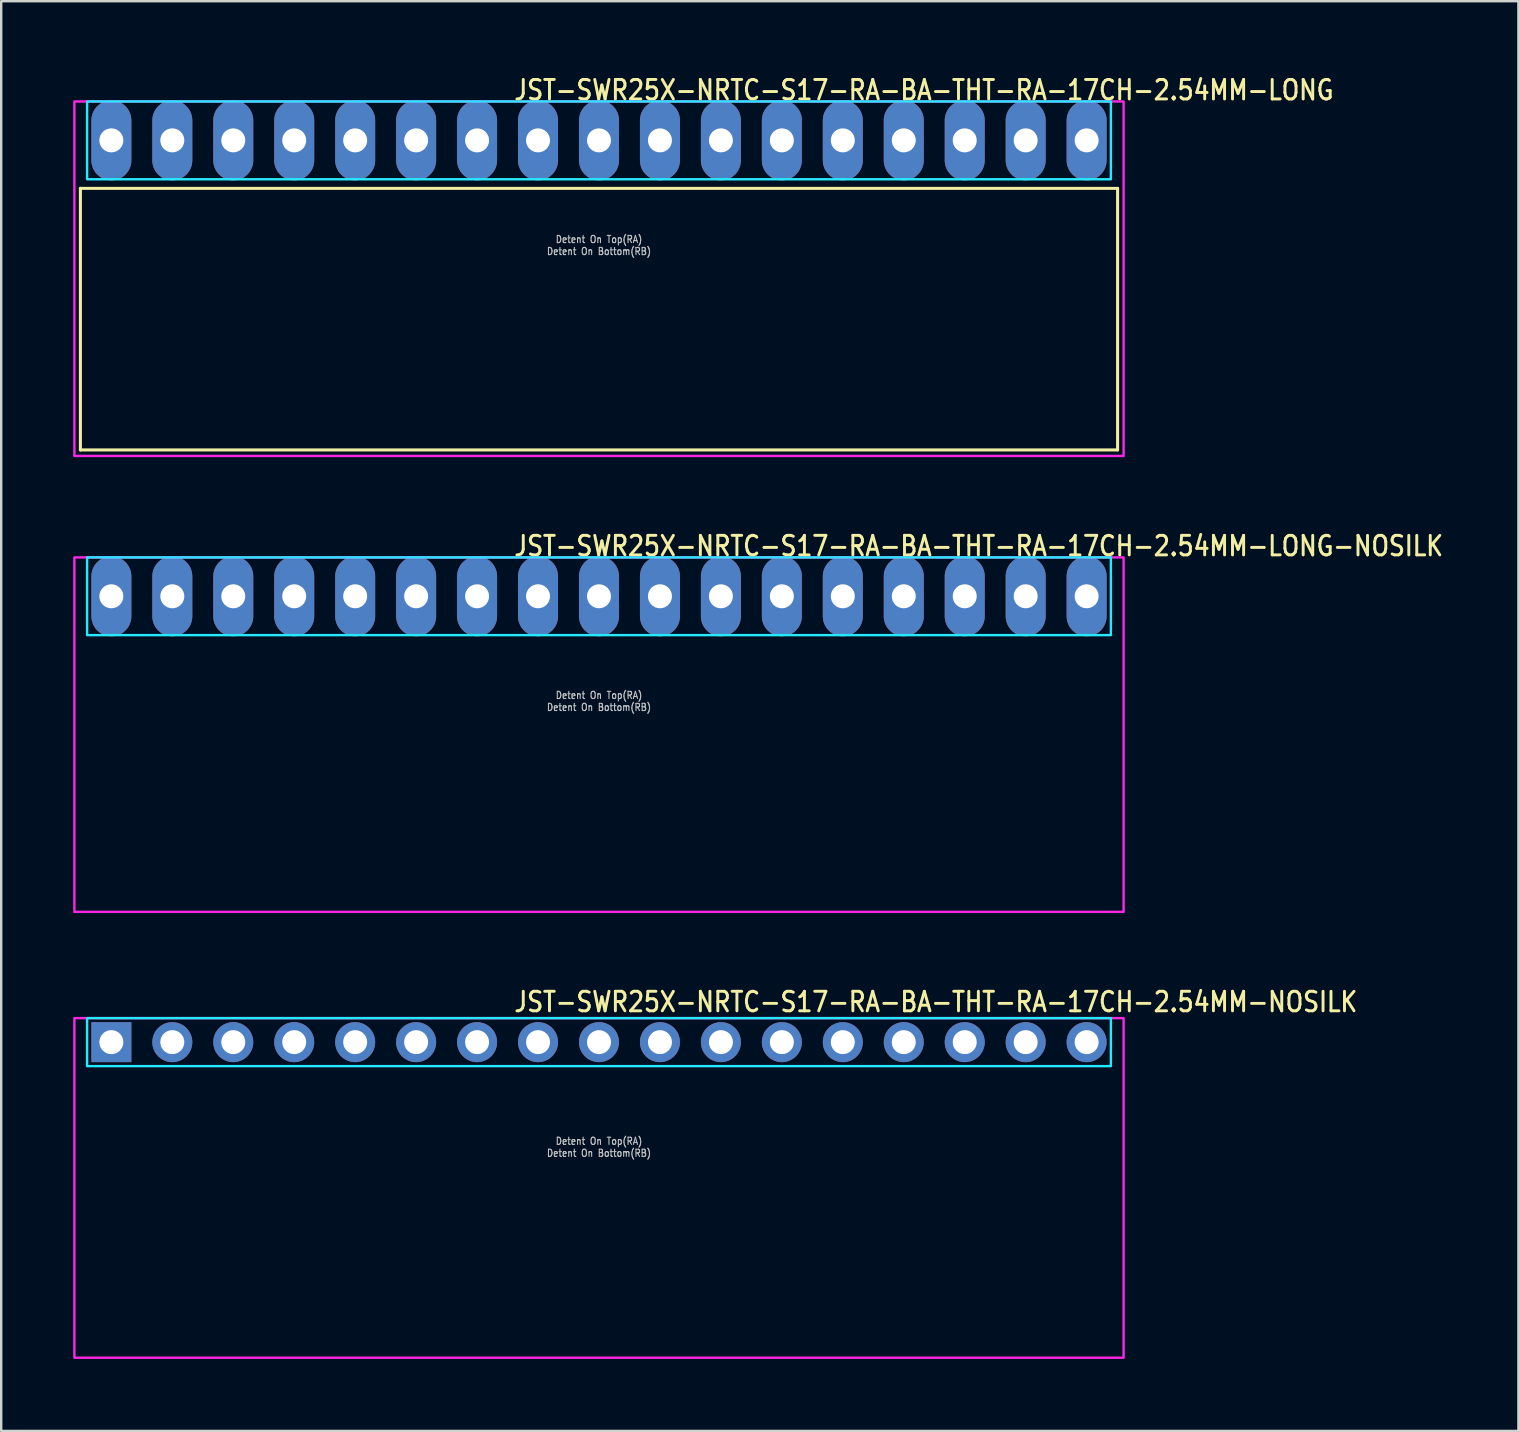
<source format=kicad_pcb>
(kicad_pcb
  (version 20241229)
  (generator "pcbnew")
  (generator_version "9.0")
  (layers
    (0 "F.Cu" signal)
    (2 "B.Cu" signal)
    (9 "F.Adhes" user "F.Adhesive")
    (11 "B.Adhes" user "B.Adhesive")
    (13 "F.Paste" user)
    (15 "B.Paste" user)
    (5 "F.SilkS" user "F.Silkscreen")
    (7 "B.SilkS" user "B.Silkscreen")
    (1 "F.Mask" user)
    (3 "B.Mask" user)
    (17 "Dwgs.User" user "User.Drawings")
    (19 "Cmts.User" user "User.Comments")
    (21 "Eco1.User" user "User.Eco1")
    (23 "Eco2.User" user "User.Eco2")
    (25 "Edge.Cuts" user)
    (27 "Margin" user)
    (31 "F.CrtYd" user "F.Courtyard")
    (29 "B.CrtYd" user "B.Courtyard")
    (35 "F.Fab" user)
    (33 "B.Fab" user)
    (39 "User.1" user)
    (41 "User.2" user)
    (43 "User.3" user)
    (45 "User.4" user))
  (footprint "JST-SWR25X-NRTC-S17-RA-BA-THT-RA-17CH-2.54MM-NOSILK"
    (layer "F.Cu")
    (at 21.91 40.376)
    (property "Reference" "JST-SWR25X-NRTC-S17-RA-BA-THT-RA-17CH-2.54MM-NOSILK" (at -3.6 -1.2 0) (unlocked yes) (layer "F.SilkS") (effects (font (size 0.813 0.695) (thickness 0.122)) (justify left bottom)))
    (fp_poly (pts (xy -21.33 -1) (xy -21.33 1) (xy 21.33 1) (xy 21.33 -1)) (stroke (width 0.1) (type solid)) (fill no) (layer "B.CrtYd"))
    (fp_poly (pts (xy -21.86 -1) (xy -21.86 13.15) (xy 21.86 13.15) (xy 21.86 -1)) (stroke (width 0.1) (type solid)) (fill no) (layer "F.CrtYd"))
    (fp_text user "Detent On Top(RA)" (at 0 4.3 0) (unlocked yes) (layer "Dwgs.User") (effects (font (size 0.3 0.257) (thickness 0.045)) (justify bottom)))
    (fp_text user "Detent On Bottom(RB)" (at 0 4.8 0) (unlocked yes) (layer "Dwgs.User") (effects (font (size 0.3 0.257) (thickness 0.045)) (justify bottom)))
    (pad "1" thru_hole rect (at -20.32 0) (size 1.667 1.667) (drill 1) (layers "*.Cu" "*.Mask"))
    (pad "2" thru_hole oval (at -17.78 0) (size 1.667 1.667) (drill 1) (layers "*.Cu" "*.Mask"))
    (pad "3" thru_hole oval (at -15.24 0) (size 1.667 1.667) (drill 1) (layers "*.Cu" "*.Mask"))
    (pad "4" thru_hole oval (at -12.7 0) (size 1.667 1.667) (drill 1) (layers "*.Cu" "*.Mask"))
    (pad "5" thru_hole oval (at -10.16 0) (size 1.667 1.667) (drill 1) (layers "*.Cu" "*.Mask"))
    (pad "6" thru_hole oval (at -7.62 0) (size 1.667 1.667) (drill 1) (layers "*.Cu" "*.Mask"))
    (pad "7" thru_hole oval (at -5.08 0) (size 1.667 1.667) (drill 1) (layers "*.Cu" "*.Mask"))
    (pad "8" thru_hole oval (at -2.54 0) (size 1.667 1.667) (drill 1) (layers "*.Cu" "*.Mask"))
    (pad "9" thru_hole oval (at 0 0) (size 1.667 1.667) (drill 1) (layers "*.Cu" "*.Mask"))
    (pad "10" thru_hole oval (at 2.54 0) (size 1.667 1.667) (drill 1) (layers "*.Cu" "*.Mask"))
    (pad "11" thru_hole oval (at 5.08 0) (size 1.667 1.667) (drill 1) (layers "*.Cu" "*.Mask"))
    (pad "12" thru_hole oval (at 7.62 0) (size 1.667 1.667) (drill 1) (layers "*.Cu" "*.Mask"))
    (pad "13" thru_hole oval (at 10.16 0) (size 1.667 1.667) (drill 1) (layers "*.Cu" "*.Mask"))
    (pad "14" thru_hole oval (at 12.7 0) (size 1.667 1.667) (drill 1) (layers "*.Cu" "*.Mask"))
    (pad "15" thru_hole oval (at 15.24 0) (size 1.667 1.667) (drill 1) (layers "*.Cu" "*.Mask"))
    (pad "16" thru_hole oval (at 17.78 0) (size 1.667 1.667) (drill 1) (layers "*.Cu" "*.Mask"))
    (pad "17" thru_hole oval (at 20.32 0) (size 1.667 1.667) (drill 1) (layers "*.Cu" "*.Mask")))
  (footprint "JST-SWR25X-NRTC-S17-RA-BA-THT-RA-17CH-2.54MM-LONG"
    (layer "F.Cu")
    (at 21.91 2.799)
    (property "Reference" "JST-SWR25X-NRTC-S17-RA-BA-THT-RA-17CH-2.54MM-LONG" (at -3.6 -1.62 0) (unlocked yes) (layer "F.SilkS") (effects (font (size 0.813 0.695) (thickness 0.122)) (justify left bottom)))
    (fp_line (start -21.61 2) (end 21.61 2) (stroke (width 0.127) (type solid)) (layer "F.SilkS"))
    (fp_line (start -21.61 12.9) (end -21.61 2) (stroke (width 0.127) (type solid)) (layer "F.SilkS"))
    (fp_line (start -21.61 12.9) (end 21.61 12.9) (stroke (width 0.127) (type solid)) (layer "F.SilkS"))
    (fp_line (start 21.61 2) (end 21.61 12.9) (stroke (width 0.127) (type solid)) (layer "F.SilkS"))
    (fp_poly (pts (xy -21.33 -1.62) (xy -21.33 1.62) (xy 21.33 1.62) (xy 21.33 -1.62)) (stroke (width 0.1) (type solid)) (fill no) (layer "B.CrtYd"))
    (fp_poly (pts (xy -21.86 -1.62) (xy -21.86 13.15) (xy 21.86 13.15) (xy 21.86 -1.62)) (stroke (width 0.1) (type solid)) (fill no) (layer "F.CrtYd"))
    (fp_text user "Detent On Bottom(RB)" (at 0 4.8 0) (unlocked yes) (layer "Dwgs.User") (effects (font (size 0.3 0.257) (thickness 0.045)) (justify bottom)))
    (fp_text user "Detent On Top(RA)" (at 0 4.3 0) (unlocked yes) (layer "Dwgs.User") (effects (font (size 0.3 0.257) (thickness 0.045)) (justify bottom)))
    (pad "1" thru_hole oval (at -20.32 0 90) (size 3.333 1.667) (drill 1) (layers "*.Cu" "*.Mask"))
    (pad "2" thru_hole oval (at -17.78 0 90) (size 3.333 1.667) (drill 1) (layers "*.Cu" "*.Mask"))
    (pad "3" thru_hole oval (at -15.24 0 90) (size 3.333 1.667) (drill 1) (layers "*.Cu" "*.Mask"))
    (pad "4" thru_hole oval (at -12.7 0 90) (size 3.333 1.667) (drill 1) (layers "*.Cu" "*.Mask"))
    (pad "5" thru_hole oval (at -10.16 0 90) (size 3.333 1.667) (drill 1) (layers "*.Cu" "*.Mask"))
    (pad "6" thru_hole oval (at -7.62 0 90) (size 3.333 1.667) (drill 1) (layers "*.Cu" "*.Mask"))
    (pad "7" thru_hole oval (at -5.08 0 90) (size 3.333 1.667) (drill 1) (layers "*.Cu" "*.Mask"))
    (pad "8" thru_hole oval (at -2.54 0 90) (size 3.333 1.667) (drill 1) (layers "*.Cu" "*.Mask"))
    (pad "9" thru_hole oval (at 0 0 90) (size 3.333 1.667) (drill 1) (layers "*.Cu" "*.Mask"))
    (pad "10" thru_hole oval (at 2.54 0 90) (size 3.333 1.667) (drill 1) (layers "*.Cu" "*.Mask"))
    (pad "11" thru_hole oval (at 5.08 0 90) (size 3.333 1.667) (drill 1) (layers "*.Cu" "*.Mask"))
    (pad "12" thru_hole oval (at 7.62 0 90) (size 3.333 1.667) (drill 1) (layers "*.Cu" "*.Mask"))
    (pad "13" thru_hole oval (at 10.16 0 90) (size 3.333 1.667) (drill 1) (layers "*.Cu" "*.Mask"))
    (pad "14" thru_hole oval (at 12.7 0 90) (size 3.333 1.667) (drill 1) (layers "*.Cu" "*.Mask"))
    (pad "15" thru_hole oval (at 15.24 0 90) (size 3.333 1.667) (drill 1) (layers "*.Cu" "*.Mask"))
    (pad "16" thru_hole oval (at 17.78 0 90) (size 3.333 1.667) (drill 1) (layers "*.Cu" "*.Mask"))
    (pad "17" thru_hole oval (at 20.32 0 90) (size 3.333 1.667) (drill 1) (layers "*.Cu" "*.Mask")))
  (footprint "JST-SWR25X-NRTC-S17-RA-BA-THT-RA-17CH-2.54MM-LONG-NOSILK"
    (layer "F.Cu")
    (at 21.91 21.797)
    (property "Reference" "JST-SWR25X-NRTC-S17-RA-BA-THT-RA-17CH-2.54MM-LONG-NOSILK" (at -3.6 -1.62 0) (unlocked yes) (layer "F.SilkS") (effects (font (size 0.813 0.695) (thickness 0.122)) (justify left bottom)))
    (fp_poly (pts (xy -21.33 -1.62) (xy -21.33 1.62) (xy 21.33 1.62) (xy 21.33 -1.62)) (stroke (width 0.1) (type solid)) (fill no) (layer "B.CrtYd"))
    (fp_poly (pts (xy -21.86 -1.62) (xy -21.86 13.15) (xy 21.86 13.15) (xy 21.86 -1.62)) (stroke (width 0.1) (type solid)) (fill no) (layer "F.CrtYd"))
    (fp_text user "Detent On Top(RA)" (at 0 4.3 0) (unlocked yes) (layer "Dwgs.User") (effects (font (size 0.3 0.257) (thickness 0.045)) (justify bottom)))
    (fp_text user "Detent On Bottom(RB)" (at 0 4.8 0) (unlocked yes) (layer "Dwgs.User") (effects (font (size 0.3 0.257) (thickness 0.045)) (justify bottom)))
    (pad "1" thru_hole oval (at -20.32 0 90) (size 3.333 1.667) (drill 1) (layers "*.Cu" "*.Mask"))
    (pad "2" thru_hole oval (at -17.78 0 90) (size 3.333 1.667) (drill 1) (layers "*.Cu" "*.Mask"))
    (pad "3" thru_hole oval (at -15.24 0 90) (size 3.333 1.667) (drill 1) (layers "*.Cu" "*.Mask"))
    (pad "4" thru_hole oval (at -12.7 0 90) (size 3.333 1.667) (drill 1) (layers "*.Cu" "*.Mask"))
    (pad "5" thru_hole oval (at -10.16 0 90) (size 3.333 1.667) (drill 1) (layers "*.Cu" "*.Mask"))
    (pad "6" thru_hole oval (at -7.62 0 90) (size 3.333 1.667) (drill 1) (layers "*.Cu" "*.Mask"))
    (pad "7" thru_hole oval (at -5.08 0 90) (size 3.333 1.667) (drill 1) (layers "*.Cu" "*.Mask"))
    (pad "8" thru_hole oval (at -2.54 0 90) (size 3.333 1.667) (drill 1) (layers "*.Cu" "*.Mask"))
    (pad "9" thru_hole oval (at 0 0 90) (size 3.333 1.667) (drill 1) (layers "*.Cu" "*.Mask"))
    (pad "10" thru_hole oval (at 2.54 0 90) (size 3.333 1.667) (drill 1) (layers "*.Cu" "*.Mask"))
    (pad "11" thru_hole oval (at 5.08 0 90) (size 3.333 1.667) (drill 1) (layers "*.Cu" "*.Mask"))
    (pad "12" thru_hole oval (at 7.62 0 90) (size 3.333 1.667) (drill 1) (layers "*.Cu" "*.Mask"))
    (pad "13" thru_hole oval (at 10.16 0 90) (size 3.333 1.667) (drill 1) (layers "*.Cu" "*.Mask"))
    (pad "14" thru_hole oval (at 12.7 0 90) (size 3.333 1.667) (drill 1) (layers "*.Cu" "*.Mask"))
    (pad "15" thru_hole oval (at 15.24 0 90) (size 3.333 1.667) (drill 1) (layers "*.Cu" "*.Mask"))
    (pad "16" thru_hole oval (at 17.78 0 90) (size 3.333 1.667) (drill 1) (layers "*.Cu" "*.Mask"))
    (pad "17" thru_hole oval (at 20.32 0 90) (size 3.333 1.667) (drill 1) (layers "*.Cu" "*.Mask")))
  (gr_rect
    (start -3 -3)
    (end 60.222 56.576)
    (stroke (width 0.1) (type default))
    (fill no)
    (layer "Edge.Cuts")))
</source>
